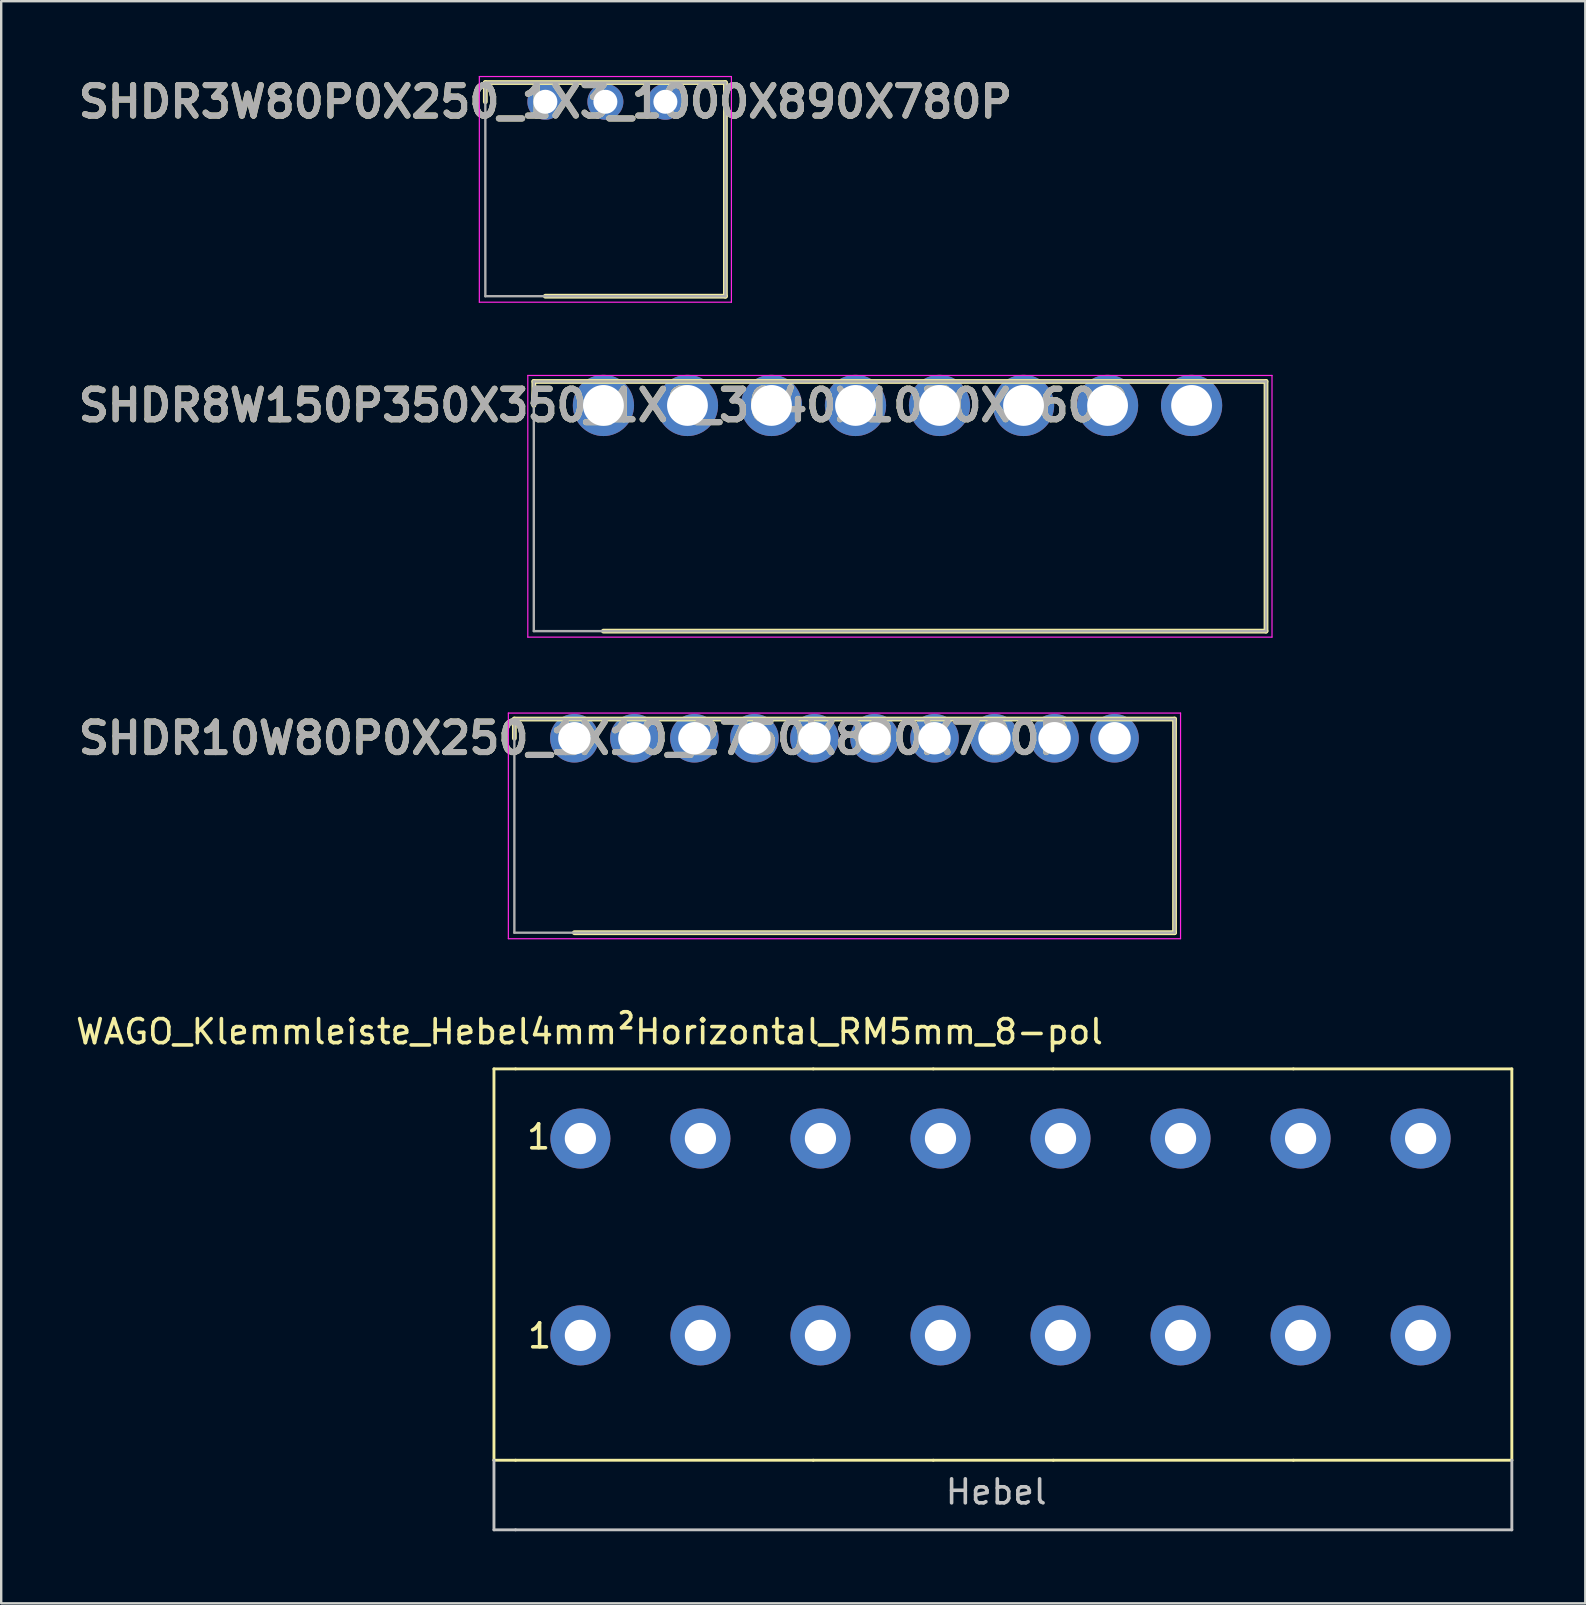
<source format=kicad_pcb>
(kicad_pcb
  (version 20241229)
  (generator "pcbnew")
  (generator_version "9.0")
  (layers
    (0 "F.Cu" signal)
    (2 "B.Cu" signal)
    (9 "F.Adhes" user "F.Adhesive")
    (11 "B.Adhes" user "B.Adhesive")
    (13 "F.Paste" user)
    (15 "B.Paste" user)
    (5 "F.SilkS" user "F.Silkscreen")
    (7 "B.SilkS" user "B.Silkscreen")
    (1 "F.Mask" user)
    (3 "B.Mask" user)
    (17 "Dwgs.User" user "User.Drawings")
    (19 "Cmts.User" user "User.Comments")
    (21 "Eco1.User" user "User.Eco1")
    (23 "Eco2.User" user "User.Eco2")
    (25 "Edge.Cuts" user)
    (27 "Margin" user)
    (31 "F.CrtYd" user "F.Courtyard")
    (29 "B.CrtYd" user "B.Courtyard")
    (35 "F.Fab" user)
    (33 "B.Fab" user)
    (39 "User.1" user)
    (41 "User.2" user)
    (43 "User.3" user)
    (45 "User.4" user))
  (footprint "SHDR10W80P0X250_1X10_2750X890X780P"
    (layer "F.Cu")
    (at 20.876 27.702)
    (property "Reference" "SHDR10W80P0X250_1X10_2750X890X780P" (at 0 0 0) (layer "F.SilkS") (effects (font (size 1.27 1.27) (thickness 0.254))))
    (attr through_hole)
    (fp_line (start -2.5 -0.8) (end -2.5 0) (stroke (width 0.2) (type solid)) (layer "F.SilkS"))
    (fp_line (start 0 8.1) (end 25 8.1) (stroke (width 0.2) (type solid)) (layer "F.SilkS"))
    (fp_line (start 25 -0.8) (end -2.5 -0.8) (stroke (width 0.2) (type solid)) (layer "F.SilkS"))
    (fp_line (start 25 8.1) (end 25 -0.8) (stroke (width 0.2) (type solid)) (layer "F.SilkS"))
    (fp_line (start -2.75 -1.05) (end 25.25 -1.05) (stroke (width 0.05) (type solid)) (layer "F.CrtYd"))
    (fp_line (start -2.75 8.35) (end -2.75 -1.05) (stroke (width 0.05) (type solid)) (layer "F.CrtYd"))
    (fp_line (start 25.25 -1.05) (end 25.25 8.35) (stroke (width 0.05) (type solid)) (layer "F.CrtYd"))
    (fp_line (start 25.25 8.35) (end -2.75 8.35) (stroke (width 0.05) (type solid)) (layer "F.CrtYd"))
    (fp_line (start -2.5 -0.8) (end 25 -0.8) (stroke (width 0.1) (type solid)) (layer "F.Fab"))
    (fp_line (start -2.5 8.1) (end -2.5 -0.8) (stroke (width 0.1) (type solid)) (layer "F.Fab"))
    (fp_line (start 25 -0.8) (end 25 8.1) (stroke (width 0.1) (type solid)) (layer "F.Fab"))
    (fp_line (start 25 8.1) (end -2.5 8.1) (stroke (width 0.1) (type solid)) (layer "F.Fab"))
    (fp_text user "${REFERENCE}" (at 0 0 0) (layer "F.Fab") (effects (font (size 1.27 1.27) (thickness 0.254))))
    (pad "1" thru_hole circle (at 0 0) (size 2.025 2.025) (drill 1.35) (layers "*.Cu" "*.Mask"))
    (pad "2" thru_hole circle (at 2.5 0) (size 2.025 2.025) (drill 1.35) (layers "*.Cu" "*.Mask"))
    (pad "3" thru_hole circle (at 5 0) (size 2.025 2.025) (drill 1.35) (layers "*.Cu" "*.Mask"))
    (pad "4" thru_hole circle (at 7.5 0) (size 2.025 2.025) (drill 1.35) (layers "*.Cu" "*.Mask"))
    (pad "5" thru_hole circle (at 10 0) (size 2.025 2.025) (drill 1.35) (layers "*.Cu" "*.Mask"))
    (pad "6" thru_hole circle (at 12.5 0) (size 2.025 2.025) (drill 1.35) (layers "*.Cu" "*.Mask"))
    (pad "7" thru_hole circle (at 15 0) (size 2.025 2.025) (drill 1.35) (layers "*.Cu" "*.Mask"))
    (pad "8" thru_hole circle (at 17.5 0) (size 2.025 2.025) (drill 1.35) (layers "*.Cu" "*.Mask"))
    (pad "9" thru_hole circle (at 20 0) (size 2.025 2.025) (drill 1.35) (layers "*.Cu" "*.Mask"))
    (pad "10" thru_hole circle (at 22.5 0) (size 2.025 2.025) (drill 1.35) (layers "*.Cu" "*.Mask")))
  (footprint "WAGO_Klemmleiste_Hebel4mm²Horizontal_RM5mm_8-pol"
    (layer "F.Cu")
    (at 21.126 44.376)
    (property "Reference" "WAGO_Klemmleiste_Hebel4mm²Horizontal_RM5mm_8-pol" (at 0.38 -4.45 0) (layer "F.SilkS") (effects (font (size 1 1) (thickness 0.15))))
    (attr through_hole)
    (fp_line (start -3.6 -2.9) (end -3.6 13.4) (stroke (width 0.12) (type solid)) (layer "F.SilkS"))
    (fp_line (start -3.6 13.4) (end -2.7 13.4) (stroke (width 0.12) (type solid)) (layer "F.SilkS"))
    (fp_line (start -2.7 -2.9) (end -3.6 -2.9) (stroke (width 0.12) (type solid)) (layer "F.SilkS"))
    (fp_line (start -2.7 -2.9) (end 9.7 -2.9) (stroke (width 0.12) (type solid)) (layer "F.SilkS"))
    (fp_line (start 9.7 -2.9) (end 14.7 -2.9) (stroke (width 0.12) (type solid)) (layer "F.SilkS"))
    (fp_line (start 9.7 13.4) (end -2.7 13.4) (stroke (width 0.12) (type solid)) (layer "F.SilkS"))
    (fp_line (start 14.7 -2.9) (end 19.7 -2.9) (stroke (width 0.12) (type solid)) (layer "F.SilkS"))
    (fp_line (start 14.7 13.4) (end 9.7 13.4) (stroke (width 0.12) (type solid)) (layer "F.SilkS"))
    (fp_line (start 19.7 -2.9) (end 29.7 -2.9) (stroke (width 0.12) (type solid)) (layer "F.SilkS"))
    (fp_line (start 19.7 13.4) (end 14.7 13.4) (stroke (width 0.12) (type solid)) (layer "F.SilkS"))
    (fp_line (start 29.7 -2.9) (end 38.8 -2.9) (stroke (width 0.12) (type solid)) (layer "F.SilkS"))
    (fp_line (start 29.7 13.4) (end 19.7 13.4) (stroke (width 0.12) (type solid)) (layer "F.SilkS"))
    (fp_line (start 38.8 -2.9) (end 38.8 13.4) (stroke (width 0.12) (type solid)) (layer "F.SilkS"))
    (fp_line (start 38.8 13.4) (end 29.7 13.4) (stroke (width 0.12) (type solid)) (layer "F.SilkS"))
    (fp_line (start -3.6 13.4) (end -3.6 16.3) (stroke (width 0.12) (type solid)) (layer "Dwgs.User"))
    (fp_line (start -3.6 16.3) (end -2.7 16.3) (stroke (width 0.12) (type solid)) (layer "Dwgs.User"))
    (fp_line (start -2.7 16.3) (end 38.8 16.3) (stroke (width 0.12) (type solid)) (layer "Dwgs.User"))
    (fp_line (start 38.8 13.4) (end 38.8 16.3) (stroke (width 0.12) (type solid)) (layer "Dwgs.User"))
    (fp_text user "1" (at -1.74 -0.07 0) (layer "F.SilkS") (effects (font (size 1 1) (thickness 0.15))))
    (fp_text user "1" (at -1.7 8.22 0) (layer "F.SilkS") (effects (font (size 1 1) (thickness 0.15))))
    (fp_text user "Hebel" (at 17.32 14.72 0) (layer "Dwgs.User") (effects (font (size 1 1) (thickness 0.15))))
    (pad "1" thru_hole circle (at 0 0) (size 2.5 2.5) (drill 1.3) (layers "*.Cu" "*.Mask"))
    (pad "1" thru_hole circle (at 0 8.2) (size 2.5 2.5) (drill 1.3) (layers "*.Cu" "*.Mask"))
    (pad "2" thru_hole circle (at 5 0) (size 2.5 2.5) (drill 1.3) (layers "*.Cu" "*.Mask"))
    (pad "2" thru_hole circle (at 5 8.2) (size 2.5 2.5) (drill 1.3) (layers "*.Cu" "*.Mask"))
    (pad "3" thru_hole circle (at 10 0) (size 2.5 2.5) (drill 1.3) (layers "*.Cu" "*.Mask"))
    (pad "3" thru_hole circle (at 10 8.2) (size 2.5 2.5) (drill 1.3) (layers "*.Cu" "*.Mask"))
    (pad "4" thru_hole circle (at 15 0) (size 2.5 2.5) (drill 1.3) (layers "*.Cu" "*.Mask"))
    (pad "4" thru_hole circle (at 15 8.2) (size 2.5 2.5) (drill 1.3) (layers "*.Cu" "*.Mask"))
    (pad "5" thru_hole circle (at 20 0) (size 2.5 2.5) (drill 1.3) (layers "*.Cu" "*.Mask"))
    (pad "5" thru_hole circle (at 20 8.2) (size 2.5 2.5) (drill 1.3) (layers "*.Cu" "*.Mask"))
    (pad "6" thru_hole circle (at 25 0) (size 2.5 2.5) (drill 1.3) (layers "*.Cu" "*.Mask"))
    (pad "6" thru_hole circle (at 25 8.2) (size 2.5 2.5) (drill 1.3) (layers "*.Cu" "*.Mask"))
    (pad "7" thru_hole circle (at 30 0) (size 2.5 2.5) (drill 1.3) (layers "*.Cu" "*.Mask"))
    (pad "7" thru_hole circle (at 30 8.2) (size 2.5 2.5) (drill 1.3) (layers "*.Cu" "*.Mask"))
    (pad "8" thru_hole circle (at 35 0) (size 2.5 2.5) (drill 1.3) (layers "*.Cu" "*.Mask"))
    (pad "8" thru_hole circle (at 35 8.2) (size 2.5 2.5) (drill 1.3) (layers "*.Cu" "*.Mask")))
  (footprint "SHDR3W80P0X250_1X3_1000X890X780P"
    (layer "F.Cu")
    (at 19.667 1.189)
    (property "Reference" "SHDR3W80P0X250_1X3_1000X890X780P" (at 0 0 0) (layer "F.SilkS") (effects (font (size 1.27 1.27) (thickness 0.254))))
    (attr through_hole)
    (fp_line (start -2.5 -0.8) (end -2.5 0) (stroke (width 0.2) (type solid)) (layer "F.SilkS"))
    (fp_line (start 0 8.1) (end 7.5 8.1) (stroke (width 0.2) (type solid)) (layer "F.SilkS"))
    (fp_line (start 7.5 -0.8) (end -2.5 -0.8) (stroke (width 0.2) (type solid)) (layer "F.SilkS"))
    (fp_line (start 7.5 8.1) (end 7.5 -0.8) (stroke (width 0.2) (type solid)) (layer "F.SilkS"))
    (fp_line (start -2.75 -1.05) (end 7.75 -1.05) (stroke (width 0.05) (type solid)) (layer "F.CrtYd"))
    (fp_line (start -2.75 8.35) (end -2.75 -1.05) (stroke (width 0.05) (type solid)) (layer "F.CrtYd"))
    (fp_line (start 7.75 -1.05) (end 7.75 8.35) (stroke (width 0.05) (type solid)) (layer "F.CrtYd"))
    (fp_line (start 7.75 8.35) (end -2.75 8.35) (stroke (width 0.05) (type solid)) (layer "F.CrtYd"))
    (fp_line (start -2.5 -0.8) (end 7.5 -0.8) (stroke (width 0.1) (type solid)) (layer "F.Fab"))
    (fp_line (start -2.5 8.1) (end -2.5 -0.8) (stroke (width 0.1) (type solid)) (layer "F.Fab"))
    (fp_line (start 7.5 -0.8) (end 7.5 8.1) (stroke (width 0.1) (type solid)) (layer "F.Fab"))
    (fp_line (start 7.5 8.1) (end -2.5 8.1) (stroke (width 0.1) (type solid)) (layer "F.Fab"))
    (fp_text user "${REFERENCE}" (at 0 0 0) (layer "F.Fab") (effects (font (size 1.27 1.27) (thickness 0.254))))
    (pad "1" thru_hole circle (at 0 0) (size 1.5 1.5) (drill 1) (layers "*.Cu" "*.Mask"))
    (pad "2" thru_hole circle (at 2.5 0) (size 1.5 1.5) (drill 1) (layers "*.Cu" "*.Mask"))
    (pad "3" thru_hole circle (at 5 0) (size 1.5 1.5) (drill 1) (layers "*.Cu" "*.Mask")))
  (footprint "SHDR8W150P350X350_1X8_3040X1030X860P"
    (layer "F.Cu")
    (at 22.086 13.839)
    (property "Reference" "SHDR8W150P350X350_1X8_3040X1030X860P" (at 0 0 0) (layer "F.SilkS") (effects (font (size 1.27 1.27) (thickness 0.254))))
    (attr through_hole)
    (fp_line (start -2.9 -1) (end -2.9 0) (stroke (width 0.2) (type solid)) (layer "F.SilkS"))
    (fp_line (start 0 9.4) (end 27.6 9.4) (stroke (width 0.2) (type solid)) (layer "F.SilkS"))
    (fp_line (start 27.6 -1) (end -2.9 -1) (stroke (width 0.2) (type solid)) (layer "F.SilkS"))
    (fp_line (start 27.6 9.4) (end 27.6 -1) (stroke (width 0.2) (type solid)) (layer "F.SilkS"))
    (fp_line (start -3.15 -1.25) (end 27.85 -1.25) (stroke (width 0.05) (type solid)) (layer "F.CrtYd"))
    (fp_line (start -3.15 9.65) (end -3.15 -1.25) (stroke (width 0.05) (type solid)) (layer "F.CrtYd"))
    (fp_line (start 27.85 -1.25) (end 27.85 9.65) (stroke (width 0.05) (type solid)) (layer "F.CrtYd"))
    (fp_line (start 27.85 9.65) (end -3.15 9.65) (stroke (width 0.05) (type solid)) (layer "F.CrtYd"))
    (fp_line (start -2.9 -1) (end 27.6 -1) (stroke (width 0.1) (type solid)) (layer "F.Fab"))
    (fp_line (start -2.9 9.4) (end -2.9 -1) (stroke (width 0.1) (type solid)) (layer "F.Fab"))
    (fp_line (start 27.6 -1) (end 27.6 9.4) (stroke (width 0.1) (type solid)) (layer "F.Fab"))
    (fp_line (start 27.6 9.4) (end -2.9 9.4) (stroke (width 0.1) (type solid)) (layer "F.Fab"))
    (fp_text user "${REFERENCE}" (at 0 0 0) (layer "F.Fab") (effects (font (size 1.27 1.27) (thickness 0.254))))
    (pad "1" thru_hole circle (at 0 0) (size 2.55 2.55) (drill 1.7) (layers "*.Cu" "*.Mask"))
    (pad "2" thru_hole circle (at 3.5 0) (size 2.55 2.55) (drill 1.7) (layers "*.Cu" "*.Mask"))
    (pad "3" thru_hole circle (at 7 0) (size 2.55 2.55) (drill 1.7) (layers "*.Cu" "*.Mask"))
    (pad "4" thru_hole circle (at 10.5 0) (size 2.55 2.55) (drill 1.7) (layers "*.Cu" "*.Mask"))
    (pad "5" thru_hole circle (at 14 0) (size 2.55 2.55) (drill 1.7) (layers "*.Cu" "*.Mask"))
    (pad "6" thru_hole circle (at 17.5 0) (size 2.55 2.55) (drill 1.7) (layers "*.Cu" "*.Mask"))
    (pad "7" thru_hole circle (at 21 0) (size 2.55 2.55) (drill 1.7) (layers "*.Cu" "*.Mask"))
    (pad "8" thru_hole circle (at 24.5 0) (size 2.55 2.55) (drill 1.7) (layers "*.Cu" "*.Mask")))
  (gr_rect
    (start -3 -3)
    (end 62.986 63.736)
    (stroke (width 0.1) (type default))
    (fill no)
    (layer "Edge.Cuts")))
</source>
